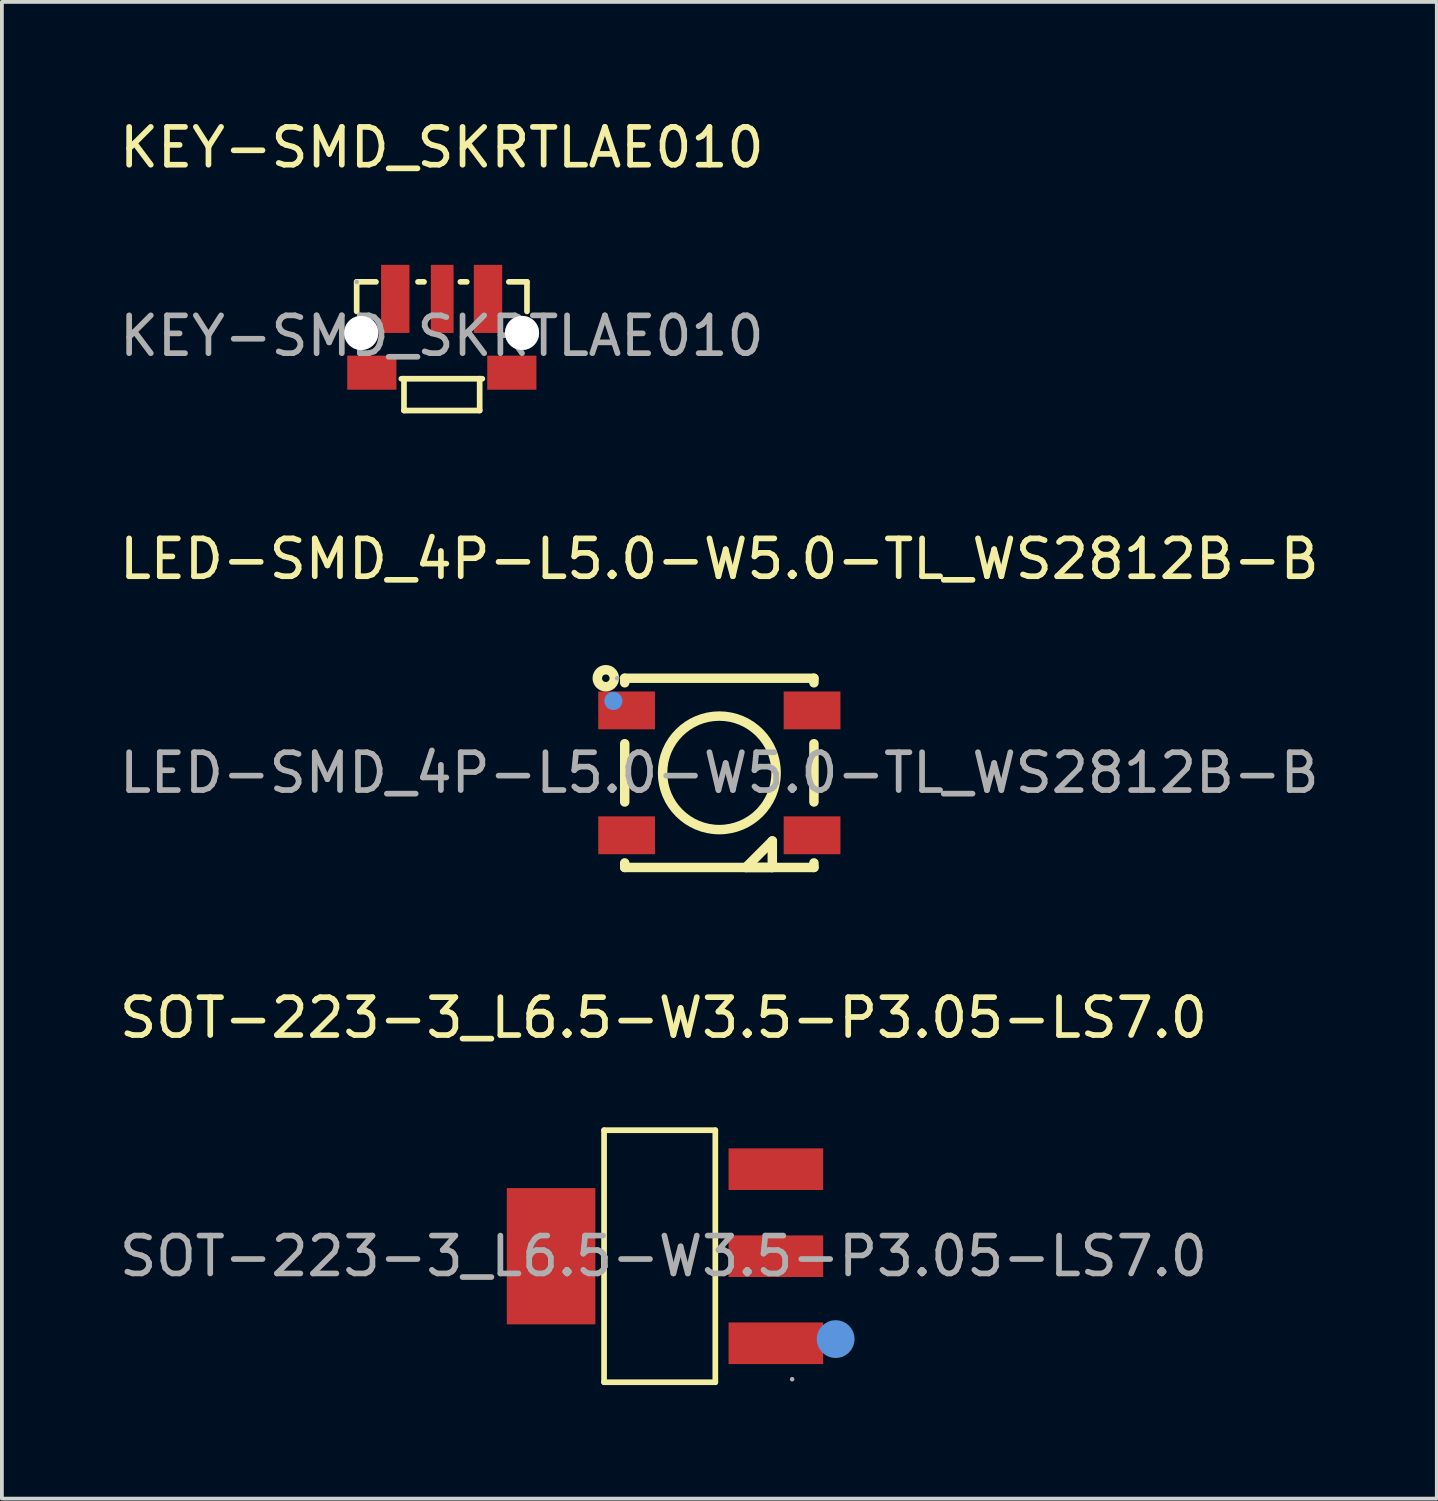
<source format=kicad_pcb>
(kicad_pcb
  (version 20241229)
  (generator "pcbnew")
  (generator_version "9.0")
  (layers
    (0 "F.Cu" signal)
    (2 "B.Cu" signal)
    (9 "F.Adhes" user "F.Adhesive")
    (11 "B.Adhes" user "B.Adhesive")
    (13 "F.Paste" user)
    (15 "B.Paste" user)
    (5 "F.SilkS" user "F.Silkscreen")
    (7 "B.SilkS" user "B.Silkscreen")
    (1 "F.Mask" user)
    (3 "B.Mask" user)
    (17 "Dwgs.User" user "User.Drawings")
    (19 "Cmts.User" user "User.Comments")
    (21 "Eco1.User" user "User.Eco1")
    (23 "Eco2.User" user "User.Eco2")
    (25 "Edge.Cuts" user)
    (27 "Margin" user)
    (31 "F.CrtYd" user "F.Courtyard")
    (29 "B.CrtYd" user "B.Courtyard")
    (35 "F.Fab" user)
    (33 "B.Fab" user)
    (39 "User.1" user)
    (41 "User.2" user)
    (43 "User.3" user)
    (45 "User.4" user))
  (footprint "SOT-223-3_L6.5-W3.5-P3.05-LS7.0"
    (layer "F.Cu")
    (at 14.482 30.145)
    (property "Reference" "SOT-223-3_L6.5-W3.5-P3.05-LS7.0" (at 0 -6.3 0) (layer "F.SilkS") (effects (font (size 1 1) (thickness 0.15))))
    (attr through_hole)
    (fp_line (start -1.57 -3.33) (end 1.37 -3.33) (stroke (width 0.15) (type solid)) (layer "F.SilkS"))
    (fp_line (start -1.57 3.33) (end -1.57 -3.33) (stroke (width 0.15) (type solid)) (layer "F.SilkS"))
    (fp_line (start 1.37 -3.33) (end 1.37 3.33) (stroke (width 0.15) (type solid)) (layer "F.SilkS"))
    (fp_line (start 1.37 3.33) (end -1.57 3.33) (stroke (width 0.15) (type solid)) (layer "F.SilkS"))
    (fp_circle (center 4.55 2.19) (end 4.8 2.19) (stroke (width 0.5) (type solid)) (fill no) (layer "Cmts.User"))
    (fp_circle (center 3.4 3.25) (end 3.43 3.25) (stroke (width 0.06) (type solid)) (fill no) (layer "F.Fab"))
    (fp_text user "${REFERENCE}" (at 0 0 0) (layer "F.Fab") (effects (font (size 1 1) (thickness 0.15))))
    (pad "1" smd rect (at 2.97 2.3) (size 2.5 1.1) (layers "F.Cu" "F.Mask" "F.Paste"))
    (pad "2" smd rect (at 2.97 0) (size 2.5 1.1) (layers "F.Cu" "F.Mask" "F.Paste"))
    (pad "3" smd rect (at 2.97 -2.3) (size 2.5 1.1) (layers "F.Cu" "F.Mask" "F.Paste"))
    (pad "4" smd rect (at -2.97 0) (size 2.34 3.6) (layers "F.Cu" "F.Mask" "F.Paste")))
  (footprint "KEY-SMD_SKRTLAE010"
    (layer "F.Cu")
    (at 8.625 5.828)
    (property "Reference" "KEY-SMD_SKRTLAE010" (at 0 -4.98 0) (layer "F.SilkS") (effects (font (size 1 1) (thickness 0.15))))
    (attr smd)
    (fp_line (start -2.25 -1.43) (end -2.25 -0.65) (stroke (width 0.15) (type solid)) (layer "F.SilkS"))
    (fp_line (start -1.74 -1.43) (end -2.25 -1.43) (stroke (width 0.15) (type solid)) (layer "F.SilkS"))
    (fp_line (start -1 1.13) (end -1.07 1.13) (stroke (width 0.15) (type solid)) (layer "F.SilkS"))
    (fp_line (start -1 1.13) (end 1 1.13) (stroke (width 0.15) (type solid)) (layer "F.SilkS"))
    (fp_line (start -1 1.97) (end -1 1.13) (stroke (width 0.15) (type solid)) (layer "F.SilkS"))
    (fp_line (start -0.47 -1.43) (end -0.63 -1.43) (stroke (width 0.15) (type solid)) (layer "F.SilkS"))
    (fp_line (start 0.66 -1.43) (end 0.49 -1.43) (stroke (width 0.15) (type solid)) (layer "F.SilkS"))
    (fp_line (start 1 1.13) (end 1 1.97) (stroke (width 0.15) (type solid)) (layer "F.SilkS"))
    (fp_line (start 1 1.97) (end -1 1.97) (stroke (width 0.15) (type solid)) (layer "F.SilkS"))
    (fp_line (start 1.07 1.13) (end 1 1.13) (stroke (width 0.15) (type solid)) (layer "F.SilkS"))
    (fp_line (start 2.25 -1.43) (end 1.77 -1.43) (stroke (width 0.15) (type solid)) (layer "F.SilkS"))
    (fp_line (start 2.25 -1.43) (end 2.25 -0.65) (stroke (width 0.15) (type solid)) (layer "F.SilkS"))
    (fp_circle (center -2.25 -1.43) (end -2.22 -1.43) (stroke (width 0.06) (type solid)) (fill no) (layer "F.Fab"))
    (fp_text user "${REFERENCE}" (at 0 0 0) (layer "F.Fab") (effects (font (size 1 1) (thickness 0.15))))
    (pad "" thru_hole circle (at -2.13 -0.08) (size 0.9 0.9) (drill 0.9) (layers "*.Cu" "*.Mask"))
    (pad "" thru_hole circle (at 2.12 -0.08) (size 0.9 0.9) (drill 0.9) (layers "*.Cu" "*.Mask"))
    (pad "1" smd rect (at -1.23 -0.98) (size 0.75 1.8) (layers "F.Cu" "F.Mask" "F.Paste"))
    (pad "2" smd rect (at 0.01 -0.98) (size 0.6 1.8) (layers "F.Cu" "F.Mask" "F.Paste"))
    (pad "3" smd rect (at 1.22 -0.98) (size 0.75 1.8) (layers "F.Cu" "F.Mask" "F.Paste"))
    (pad "4" smd rect (at -1.85 0.97 90) (size 0.9 1.3) (layers "F.Cu" "F.Mask" "F.Paste"))
    (pad "5" smd rect (at 1.85 0.97 90) (size 0.9 1.3) (layers "F.Cu" "F.Mask" "F.Paste")))
  (footprint "LED-SMD_4P-L5.0-W5.0-TL_WS2812B-B"
    (layer "F.Cu")
    (at 15.958 17.372)
    (property "Reference" "LED-SMD_4P-L5.0-W5.0-TL_WS2812B-B" (at 0 -5.65 0) (layer "F.SilkS") (effects (font (size 1 1) (thickness 0.15))))
    (attr smd)
    (fp_line (start -2.5 -2.5) (end 2.5 -2.5) (stroke (width 0.25) (type solid)) (layer "F.SilkS"))
    (fp_line (start -2.5 -2.38) (end -2.5 -2.5) (stroke (width 0.25) (type solid)) (layer "F.SilkS"))
    (fp_line (start -2.5 0.77) (end -2.5 -0.77) (stroke (width 0.25) (type solid)) (layer "F.SilkS"))
    (fp_line (start -2.5 2.5) (end -2.5 2.38) (stroke (width 0.25) (type solid)) (layer "F.SilkS"))
    (fp_line (start 0.7 2.5) (end 1.4 1.8) (stroke (width 0.25) (type solid)) (layer "F.SilkS"))
    (fp_line (start 1.4 1.8) (end 1.4 2.5) (stroke (width 0.25) (type solid)) (layer "F.SilkS"))
    (fp_line (start 1.4 2.5) (end 0.7 2.5) (stroke (width 0.25) (type solid)) (layer "F.SilkS"))
    (fp_line (start 1.4 2.5) (end 1.4 2.5) (stroke (width 0.25) (type solid)) (layer "F.SilkS"))
    (fp_line (start 2.5 -2.5) (end 2.5 -2.38) (stroke (width 0.25) (type solid)) (layer "F.SilkS"))
    (fp_line (start 2.5 -0.77) (end 2.5 0.77) (stroke (width 0.25) (type solid)) (layer "F.SilkS"))
    (fp_line (start 2.5 2.38) (end 2.5 2.5) (stroke (width 0.25) (type solid)) (layer "F.SilkS"))
    (fp_line (start 2.5 2.5) (end -2.5 2.5) (stroke (width 0.25) (type solid)) (layer "F.SilkS"))
    (fp_circle (center -3 -2.5) (end -2.9 -2.5) (stroke (width 0.25) (type solid)) (fill no) (layer "F.SilkS"))
    (fp_circle (center 0 0) (end 1.5 0) (stroke (width 0.25) (type solid)) (fill no) (layer "F.SilkS"))
    (fp_circle (center -2.8 -1.9) (end -2.68 -1.9) (stroke (width 0.24) (type solid)) (fill no) (layer "Cmts.User"))
    (fp_circle (center -2.7 -2.5) (end -2.67 -2.5) (stroke (width 0.06) (type solid)) (fill no) (layer "F.Fab"))
    (fp_text user "${REFERENCE}" (at 0 0 0) (layer "F.Fab") (effects (font (size 1 1) (thickness 0.15))))
    (pad "1" smd rect (at -2.45 -1.65 180) (size 1.5 1) (layers "F.Cu" "F.Mask" "F.Paste"))
    (pad "2" smd rect (at -2.45 1.65 180) (size 1.5 1) (layers "F.Cu" "F.Mask" "F.Paste"))
    (pad "3" smd rect (at 2.45 1.65 180) (size 1.5 1) (layers "F.Cu" "F.Mask" "F.Paste"))
    (pad "4" smd rect (at 2.45 -1.65 180) (size 1.5 1) (layers "F.Cu" "F.Mask" "F.Paste")))
  (gr_rect
    (start -3 -3)
    (end 34.917 36.55)
    (stroke (width 0.1) (type default))
    (fill no)
    (layer "Edge.Cuts")))
</source>
